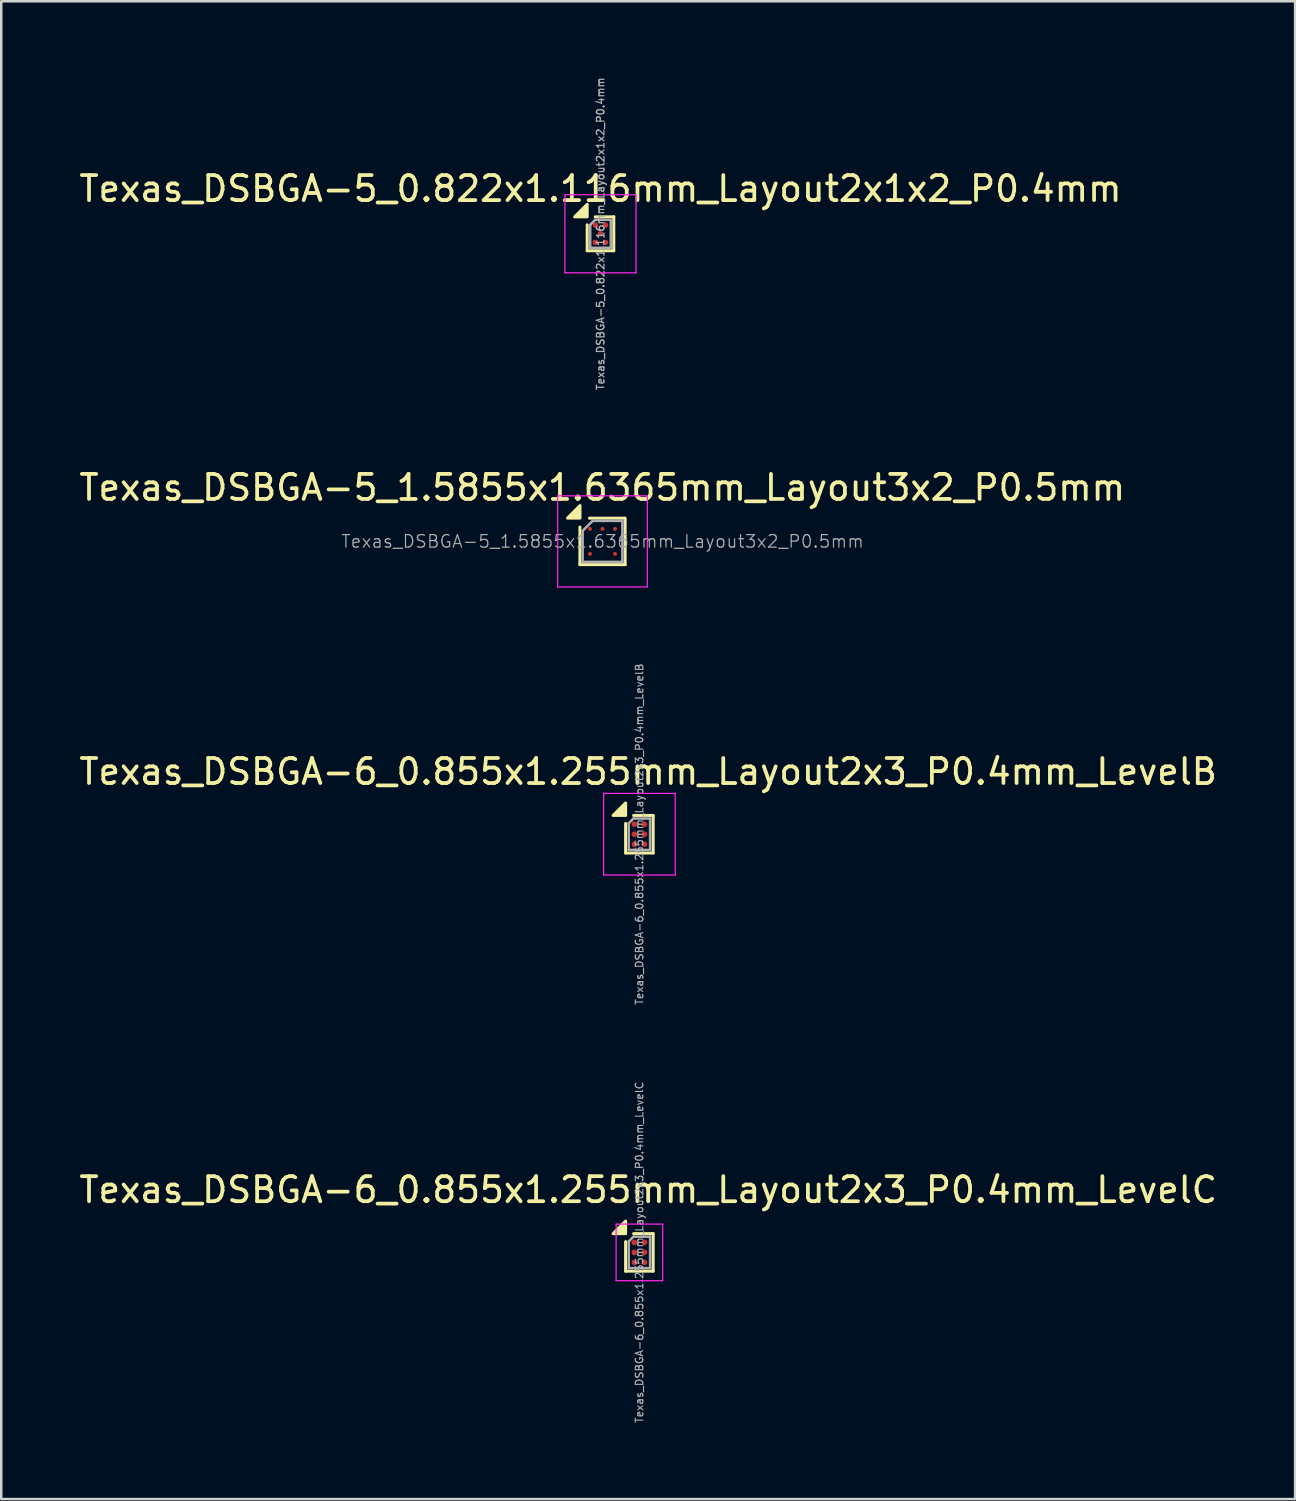
<source format=kicad_pcb>
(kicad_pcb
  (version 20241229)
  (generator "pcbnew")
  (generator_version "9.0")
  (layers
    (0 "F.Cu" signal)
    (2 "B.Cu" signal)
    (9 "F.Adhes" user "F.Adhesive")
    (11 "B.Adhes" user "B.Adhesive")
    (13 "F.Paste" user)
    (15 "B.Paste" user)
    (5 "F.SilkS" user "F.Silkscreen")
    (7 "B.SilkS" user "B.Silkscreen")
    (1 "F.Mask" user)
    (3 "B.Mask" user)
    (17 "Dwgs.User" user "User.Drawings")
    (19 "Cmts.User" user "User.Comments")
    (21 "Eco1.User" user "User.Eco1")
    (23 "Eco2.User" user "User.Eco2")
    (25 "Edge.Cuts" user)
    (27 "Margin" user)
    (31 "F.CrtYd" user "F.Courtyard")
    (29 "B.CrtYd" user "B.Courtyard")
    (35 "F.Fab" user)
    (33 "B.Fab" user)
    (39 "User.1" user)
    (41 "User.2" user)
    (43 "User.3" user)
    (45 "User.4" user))
  (footprint "Texas_DSBGA-5_0.822x1.116mm_Layout2x1x2_P0.4mm"
    (layer "F.Cu")
    (at 20.935 6.288)
    (property "Reference" "Texas_DSBGA-5_0.822x1.116mm_Layout2x1x2_P0.4mm" (at 0 -1.8 0) (layer "F.SilkS") (effects (font (size 1 1) (thickness 0.15))))
    (attr smd)
    (fp_line (start -0.531 -0.358) (end -0.531 0.678) (stroke (width 0.12) (type solid)) (layer "F.SilkS"))
    (fp_line (start -0.531 0.678) (end 0.531 0.678) (stroke (width 0.12) (type solid)) (layer "F.SilkS"))
    (fp_line (start 0.531 -0.678) (end -0.211 -0.678) (stroke (width 0.12) (type solid)) (layer "F.SilkS"))
    (fp_line (start 0.531 -0.678) (end 0.531 0.678) (stroke (width 0.12) (type solid)) (layer "F.SilkS"))
    (fp_poly (pts (xy -0.531 -0.678) (xy -1.031 -0.678) (xy -0.531 -1.178) (xy -0.531 -0.678)) (stroke (width 0.12) (type solid)) (fill yes) (layer "F.SilkS"))
    (fp_line (start -1.42 -1.56) (end -1.42 1.56) (stroke (width 0.05) (type solid)) (layer "F.CrtYd"))
    (fp_line (start -1.42 -1.56) (end 1.42 -1.56) (stroke (width 0.05) (type solid)) (layer "F.CrtYd"))
    (fp_line (start 1.42 1.56) (end -1.42 1.56) (stroke (width 0.05) (type solid)) (layer "F.CrtYd"))
    (fp_line (start 1.42 1.56) (end 1.42 -1.56) (stroke (width 0.05) (type solid)) (layer "F.CrtYd"))
    (fp_line (start -0.411 -0.358) (end -0.411 0.558) (stroke (width 0.1) (type solid)) (layer "F.Fab"))
    (fp_line (start -0.411 -0.358) (end -0.211 -0.558) (stroke (width 0.1) (type solid)) (layer "F.Fab"))
    (fp_line (start -0.411 0.558) (end 0.411 0.558) (stroke (width 0.1) (type solid)) (layer "F.Fab"))
    (fp_line (start 0.411 -0.558) (end -0.211 -0.558) (stroke (width 0.1) (type solid)) (layer "F.Fab"))
    (fp_line (start 0.411 0.558) (end 0.411 -0.558) (stroke (width 0.1) (type solid)) (layer "F.Fab"))
    (fp_text user "${REFERENCE}" (at 0 0 90) (layer "F.Fab") (effects (font (size 0.3 0.3) (thickness 0.05))))
    (pad "" smd rect (at -0.2 -0.346) (size 0.25 0.25) (layers "F.Paste"))
    (pad "" smd rect (at -0.2 0.346) (size 0.25 0.25) (layers "F.Paste"))
    (pad "" smd rect (at 0 0) (size 0.25 0.25) (layers "F.Paste"))
    (pad "" smd rect (at 0.2 -0.346) (size 0.25 0.25) (layers "F.Paste"))
    (pad "" smd rect (at 0.2 0.346) (size 0.25 0.25) (layers "F.Paste"))
    (pad "A1" smd circle (at -0.2 -0.346) (size 0.225 0.225) (property pad_prop_bga) (layers "F.Cu" "F.Mask"))
    (pad "A3" smd circle (at 0.2 -0.346) (size 0.225 0.225) (property pad_prop_bga) (layers "F.Cu" "F.Mask"))
    (pad "B2" smd circle (at 0 0) (size 0.225 0.225) (property pad_prop_bga) (layers "F.Cu" "F.Mask"))
    (pad "C1" smd circle (at -0.2 0.346) (size 0.225 0.225) (property pad_prop_bga) (layers "F.Cu" "F.Mask"))
    (pad "C3" smd circle (at 0.2 0.346) (size 0.225 0.225) (property pad_prop_bga) (layers "F.Cu" "F.Mask")))
  (footprint "Texas_DSBGA-6_0.855x1.255mm_Layout2x3_P0.4mm_LevelC"
    (layer "F.Cu")
    (at 22.489 46.974)
    (property "Reference" "Texas_DSBGA-6_0.855x1.255mm_Layout2x3_P0.4mm_LevelC" (at 0.35 -2.5 0) (layer "F.SilkS") (effects (font (size 1 1) (thickness 0.15))))
    (attr smd)
    (fp_line (start -0.55 0.75) (end -0.55 -0.43) (stroke (width 0.12) (type solid)) (layer "F.SilkS"))
    (fp_line (start 0.55 -0.75) (end -0.23 -0.75) (stroke (width 0.12) (type solid)) (layer "F.SilkS"))
    (fp_line (start 0.55 -0.75) (end 0.55 0.75) (stroke (width 0.12) (type solid)) (layer "F.SilkS"))
    (fp_line (start 0.55 0.75) (end -0.55 0.75) (stroke (width 0.12) (type solid)) (layer "F.SilkS"))
    (fp_poly (pts (xy -0.55 -0.75) (xy -1.05 -0.75) (xy -0.55 -1.25) (xy -0.55 -0.75)) (stroke (width 0.12) (type solid)) (fill yes) (layer "F.SilkS"))
    (fp_rect (start -0.275 -0.475) (end -0.125 -0.325) (stroke (width 0.1) (type solid)) (fill yes) (layer "F.Paste"))
    (fp_rect (start -0.275 -0.075) (end -0.125 0.075) (stroke (width 0.1) (type solid)) (fill yes) (layer "F.Paste"))
    (fp_rect (start -0.275 0.325) (end -0.125 0.475) (stroke (width 0.1) (type solid)) (fill yes) (layer "F.Paste"))
    (fp_rect (start 0.125 -0.475) (end 0.275 -0.325) (stroke (width 0.1) (type solid)) (fill yes) (layer "F.Paste"))
    (fp_rect (start 0.125 -0.075) (end 0.275 0.075) (stroke (width 0.1) (type solid)) (fill yes) (layer "F.Paste"))
    (fp_rect (start 0.125 0.325) (end 0.275 0.475) (stroke (width 0.1) (type solid)) (fill yes) (layer "F.Paste"))
    (fp_line (start -0.93 -1.13) (end -0.93 1.13) (stroke (width 0.05) (type solid)) (layer "F.CrtYd"))
    (fp_line (start -0.93 1.13) (end 0.93 1.13) (stroke (width 0.05) (type solid)) (layer "F.CrtYd"))
    (fp_line (start 0.93 -1.13) (end -0.93 -1.13) (stroke (width 0.05) (type solid)) (layer "F.CrtYd"))
    (fp_line (start 0.93 1.13) (end 0.93 -1.13) (stroke (width 0.05) (type solid)) (layer "F.CrtYd"))
    (fp_line (start -0.427 -0.438) (end -0.237 -0.627) (stroke (width 0.1) (type solid)) (layer "F.Fab"))
    (fp_line (start -0.427 0.627) (end -0.427 -0.438) (stroke (width 0.1) (type solid)) (layer "F.Fab"))
    (fp_line (start -0.237 -0.627) (end 0.427 -0.627) (stroke (width 0.1) (type solid)) (layer "F.Fab"))
    (fp_line (start 0.427 -0.627) (end 0.427 0.627) (stroke (width 0.1) (type solid)) (layer "F.Fab"))
    (fp_line (start 0.427 0.627) (end -0.427 0.627) (stroke (width 0.1) (type solid)) (layer "F.Fab"))
    (fp_text user "${REFERENCE}" (at 0 0 270) (layer "F.Fab") (effects (font (size 0.3 0.3) (thickness 0.045))))
    (pad "A1" smd circle (at -0.2 -0.4) (size 0.23 0.23) (property pad_prop_bga) (layers "F.Cu" "F.Mask"))
    (pad "A2" smd circle (at 0.2 -0.4) (size 0.23 0.23) (property pad_prop_bga) (layers "F.Cu" "F.Mask"))
    (pad "B1" smd circle (at -0.2 0) (size 0.23 0.23) (property pad_prop_bga) (layers "F.Cu" "F.Mask"))
    (pad "B2" smd circle (at 0.2 0) (size 0.23 0.23) (property pad_prop_bga) (layers "F.Cu" "F.Mask"))
    (pad "C1" smd circle (at -0.2 0.4) (size 0.23 0.23) (property pad_prop_bga) (layers "F.Cu" "F.Mask"))
    (pad "C2" smd circle (at 0.2 0.4) (size 0.23 0.23) (property pad_prop_bga) (layers "F.Cu" "F.Mask")))
  (footprint "Texas_DSBGA-6_0.855x1.255mm_Layout2x3_P0.4mm_LevelB"
    (layer "F.Cu")
    (at 22.489 30.271)
    (property "Reference" "Texas_DSBGA-6_0.855x1.255mm_Layout2x3_P0.4mm_LevelB" (at 0.35 -2.5 0) (layer "F.SilkS") (effects (font (size 1 1) (thickness 0.15))))
    (attr smd)
    (fp_line (start -0.55 0.75) (end -0.55 -0.43) (stroke (width 0.12) (type solid)) (layer "F.SilkS"))
    (fp_line (start 0.55 -0.75) (end -0.23 -0.75) (stroke (width 0.12) (type solid)) (layer "F.SilkS"))
    (fp_line (start 0.55 -0.75) (end 0.55 0.75) (stroke (width 0.12) (type solid)) (layer "F.SilkS"))
    (fp_line (start 0.55 0.75) (end -0.55 0.75) (stroke (width 0.12) (type solid)) (layer "F.SilkS"))
    (fp_poly (pts (xy -0.55 -0.75) (xy -1.05 -0.75) (xy -0.55 -1.25) (xy -0.55 -0.75)) (stroke (width 0.12) (type solid)) (fill yes) (layer "F.SilkS"))
    (fp_rect (start -0.275 -0.475) (end -0.125 -0.325) (stroke (width 0.1) (type solid)) (fill yes) (layer "F.Paste"))
    (fp_rect (start -0.275 -0.075) (end -0.125 0.075) (stroke (width 0.1) (type solid)) (fill yes) (layer "F.Paste"))
    (fp_rect (start -0.275 0.325) (end -0.125 0.475) (stroke (width 0.1) (type solid)) (fill yes) (layer "F.Paste"))
    (fp_rect (start 0.125 -0.475) (end 0.275 -0.325) (stroke (width 0.1) (type solid)) (fill yes) (layer "F.Paste"))
    (fp_rect (start 0.125 -0.075) (end 0.275 0.075) (stroke (width 0.1) (type solid)) (fill yes) (layer "F.Paste"))
    (fp_rect (start 0.125 0.325) (end 0.275 0.475) (stroke (width 0.1) (type solid)) (fill yes) (layer "F.Paste"))
    (fp_line (start -1.43 -1.63) (end -1.43 1.63) (stroke (width 0.05) (type solid)) (layer "F.CrtYd"))
    (fp_line (start -1.43 1.63) (end 1.43 1.63) (stroke (width 0.05) (type solid)) (layer "F.CrtYd"))
    (fp_line (start 1.43 -1.63) (end -1.43 -1.63) (stroke (width 0.05) (type solid)) (layer "F.CrtYd"))
    (fp_line (start 1.43 1.63) (end 1.43 -1.63) (stroke (width 0.05) (type solid)) (layer "F.CrtYd"))
    (fp_line (start -0.427 -0.438) (end -0.237 -0.627) (stroke (width 0.1) (type solid)) (layer "F.Fab"))
    (fp_line (start -0.427 0.627) (end -0.427 -0.438) (stroke (width 0.1) (type solid)) (layer "F.Fab"))
    (fp_line (start -0.237 -0.627) (end 0.427 -0.627) (stroke (width 0.1) (type solid)) (layer "F.Fab"))
    (fp_line (start 0.427 -0.627) (end 0.427 0.627) (stroke (width 0.1) (type solid)) (layer "F.Fab"))
    (fp_line (start 0.427 0.627) (end -0.427 0.627) (stroke (width 0.1) (type solid)) (layer "F.Fab"))
    (fp_text user "${REFERENCE}" (at 0 0 90) (layer "F.Fab") (effects (font (size 0.3 0.3) (thickness 0.045))))
    (pad "A1" smd circle (at -0.2 -0.4) (size 0.23 0.23) (property pad_prop_bga) (layers "F.Cu" "F.Mask"))
    (pad "A2" smd circle (at 0.2 -0.4) (size 0.23 0.23) (property pad_prop_bga) (layers "F.Cu" "F.Mask"))
    (pad "B1" smd circle (at -0.2 0) (size 0.23 0.23) (property pad_prop_bga) (layers "F.Cu" "F.Mask"))
    (pad "B2" smd circle (at 0.2 0) (size 0.23 0.23) (property pad_prop_bga) (layers "F.Cu" "F.Mask"))
    (pad "C1" smd circle (at -0.2 0.4) (size 0.23 0.23) (property pad_prop_bga) (layers "F.Cu" "F.Mask"))
    (pad "C2" smd circle (at 0.2 0.4) (size 0.23 0.23) (property pad_prop_bga) (layers "F.Cu" "F.Mask")))
  (footprint "Texas_DSBGA-5_1.5855x1.6365mm_Layout3x2_P0.5mm"
    (layer "F.Cu")
    (at 21.016 18.574)
    (property "Reference" "Texas_DSBGA-5_1.5855x1.6365mm_Layout3x2_P0.5mm" (at -0.01 -2.15 0) (layer "F.SilkS") (effects (font (size 1 1) (thickness 0.15))))
    (attr smd)
    (fp_line (start -0.903 -0.572) (end -0.903 0.928) (stroke (width 0.12) (type solid)) (layer "F.SilkS"))
    (fp_line (start -0.903 0.928) (end 0.903 0.928) (stroke (width 0.12) (type solid)) (layer "F.SilkS"))
    (fp_line (start 0.875 -0.928) (end -0.525 -0.928) (stroke (width 0.12) (type solid)) (layer "F.SilkS"))
    (fp_line (start 0.903 0.928) (end 0.903 -0.928) (stroke (width 0.12) (type solid)) (layer "F.SilkS"))
    (fp_poly (pts (xy -0.9 -0.93) (xy -1.4 -0.93) (xy -0.9 -1.43) (xy -0.9 -0.93)) (stroke (width 0.12) (type solid)) (fill yes) (layer "F.SilkS"))
    (fp_line (start -1.79 -1.82) (end -1.79 1.82) (stroke (width 0.05) (type solid)) (layer "F.CrtYd"))
    (fp_line (start -1.79 1.82) (end 1.79 1.82) (stroke (width 0.05) (type solid)) (layer "F.CrtYd"))
    (fp_line (start 1.79 -1.82) (end -1.79 -1.82) (stroke (width 0.05) (type solid)) (layer "F.CrtYd"))
    (fp_line (start 1.79 1.82) (end 1.79 -1.82) (stroke (width 0.05) (type solid)) (layer "F.CrtYd"))
    (fp_line (start -0.793 -0.422) (end -0.793 0.818) (stroke (width 0.1) (type solid)) (layer "F.Fab"))
    (fp_line (start -0.793 0.818) (end 0.793 0.818) (stroke (width 0.1) (type solid)) (layer "F.Fab"))
    (fp_line (start -0.396 -0.818) (end -0.793 -0.422) (stroke (width 0.1) (type solid)) (layer "F.Fab"))
    (fp_line (start 0.793 -0.818) (end -0.396 -0.818) (stroke (width 0.1) (type solid)) (layer "F.Fab"))
    (fp_line (start 0.793 0.818) (end 0.793 -0.818) (stroke (width 0.1) (type solid)) (layer "F.Fab"))
    (fp_text user "${REFERENCE}" (at 0 0 180) (layer "F.Fab") (effects (font (size 0.5 0.5) (thickness 0.048))))
    (pad "A1" smd circle (at -0.5 -0.5 270) (size 0.16 0.16) (layers "F.Cu" "F.Mask" "F.Paste"))
    (pad "A2" smd circle (at 0 -0.5 270) (size 0.16 0.16) (layers "F.Cu" "F.Mask" "F.Paste"))
    (pad "A3" smd circle (at 0.5 -0.5 270) (size 0.16 0.16) (layers "F.Cu" "F.Mask" "F.Paste"))
    (pad "B1" smd circle (at -0.5 0.5 270) (size 0.16 0.16) (layers "F.Cu" "F.Mask" "F.Paste"))
    (pad "B3" smd circle (at 0.5 0.5 270) (size 0.16 0.16) (layers "F.Cu" "F.Mask" "F.Paste")))
  (gr_rect
    (start -3 -3)
    (end 48.679 56.826)
    (stroke (width 0.1) (type default))
    (fill no)
    (layer "Edge.Cuts")))
</source>
